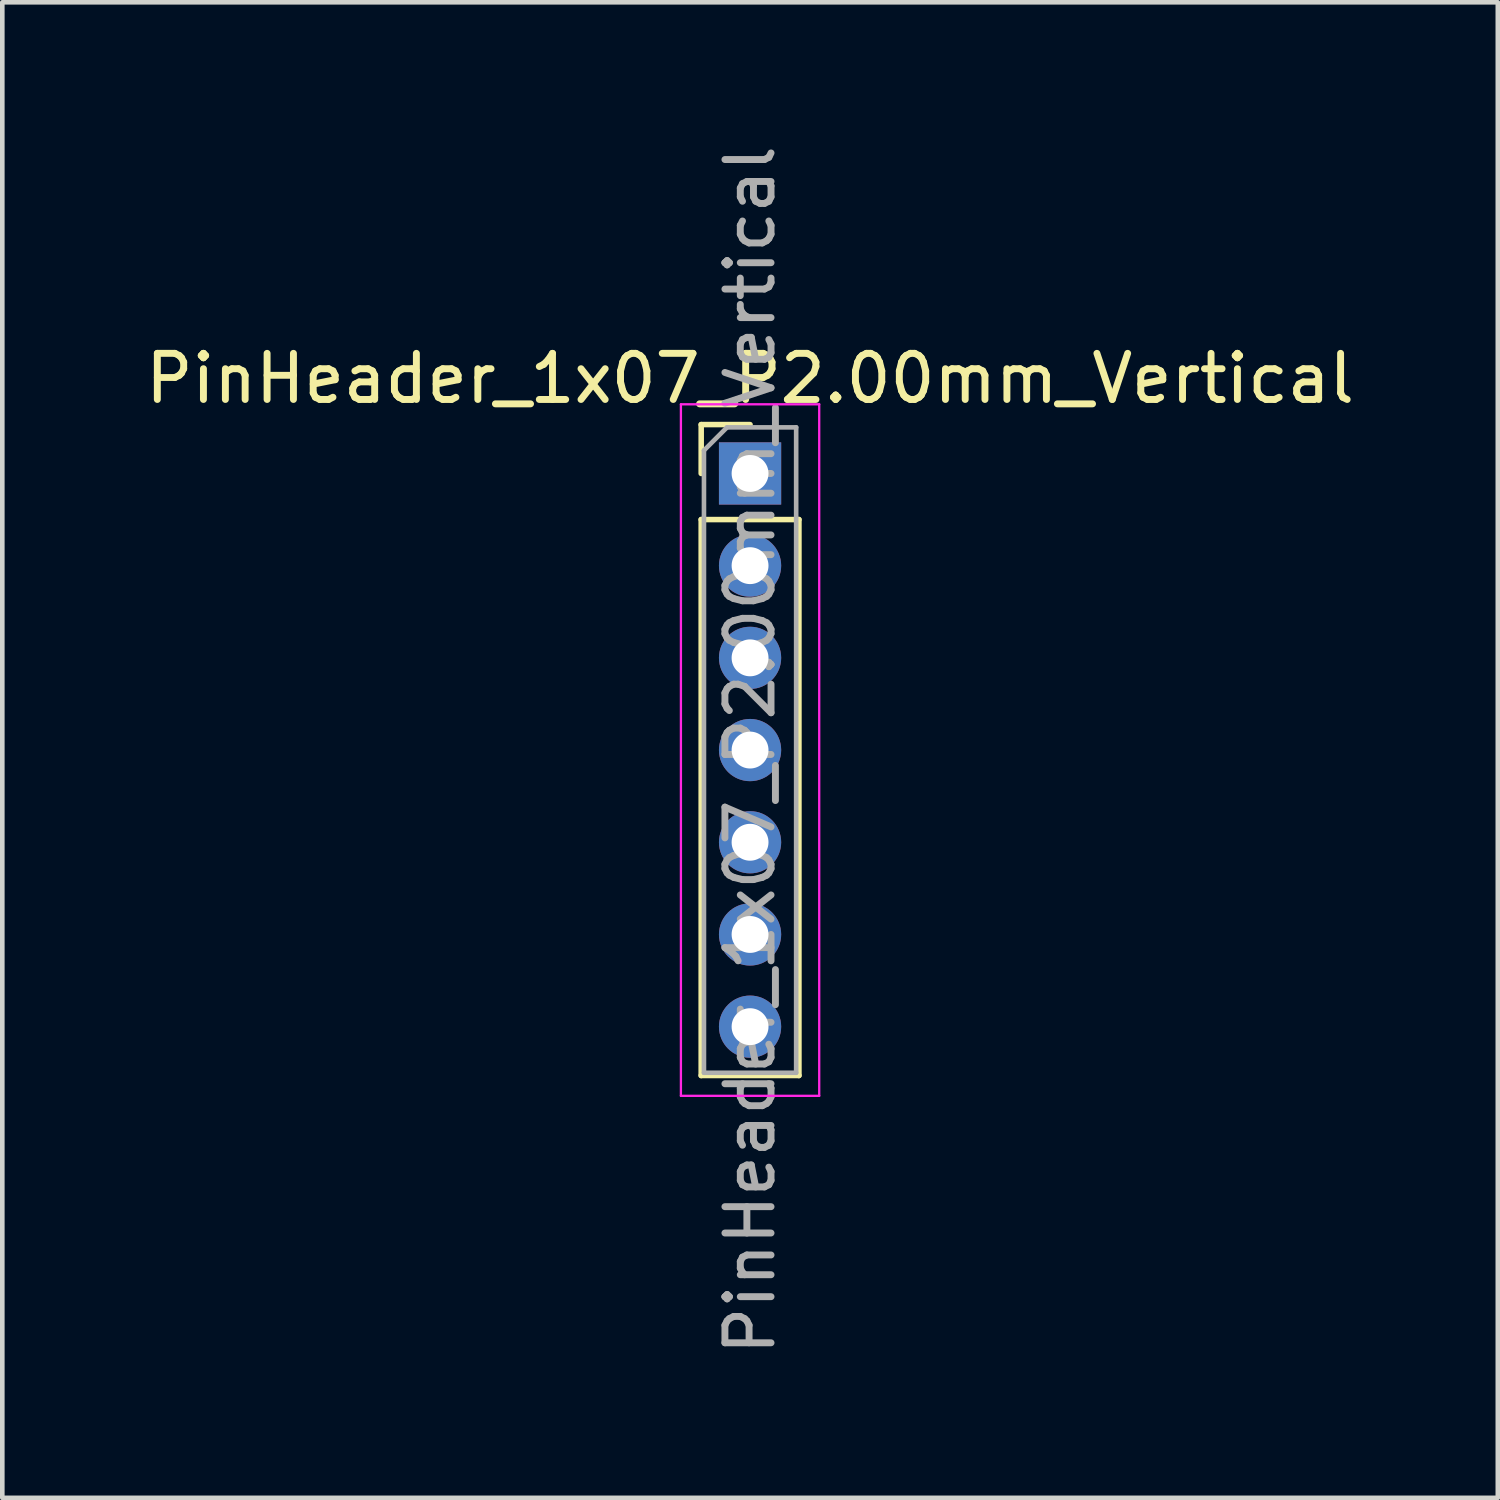
<source format=kicad_pcb>
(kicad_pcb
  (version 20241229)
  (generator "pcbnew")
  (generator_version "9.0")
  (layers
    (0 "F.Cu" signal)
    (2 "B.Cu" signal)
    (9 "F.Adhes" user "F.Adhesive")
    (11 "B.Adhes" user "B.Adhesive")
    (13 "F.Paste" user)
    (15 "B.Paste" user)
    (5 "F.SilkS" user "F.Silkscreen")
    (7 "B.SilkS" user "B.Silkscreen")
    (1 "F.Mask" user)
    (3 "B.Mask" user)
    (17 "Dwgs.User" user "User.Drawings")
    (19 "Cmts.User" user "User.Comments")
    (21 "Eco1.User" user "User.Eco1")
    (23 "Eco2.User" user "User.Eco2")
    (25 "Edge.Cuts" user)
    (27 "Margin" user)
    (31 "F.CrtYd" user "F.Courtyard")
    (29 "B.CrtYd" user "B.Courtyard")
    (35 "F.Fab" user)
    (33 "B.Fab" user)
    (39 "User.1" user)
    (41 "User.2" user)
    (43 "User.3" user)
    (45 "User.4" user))
  (footprint "PinHeader_1x07_P2.00mm_Vertical"
    (layer "F.Cu")
    (at 13.22 7.22)
    (property "Reference" "PinHeader_1x07_P2.00mm_Vertical" (at 0 -2.06 0) (layer "F.SilkS") (effects (font (size 1 1) (thickness 0.15))))
    (attr through_hole)
    (fp_line (start -1.06 -1.06) (end 0 -1.06) (stroke (width 0.12) (type solid)) (layer "F.SilkS"))
    (fp_line (start -1.06 0) (end -1.06 -1.06) (stroke (width 0.12) (type solid)) (layer "F.SilkS"))
    (fp_line (start -1.06 1) (end -1.06 13.06) (stroke (width 0.12) (type solid)) (layer "F.SilkS"))
    (fp_line (start -1.06 1) (end 1.06 1) (stroke (width 0.12) (type solid)) (layer "F.SilkS"))
    (fp_line (start -1.06 13.06) (end 1.06 13.06) (stroke (width 0.12) (type solid)) (layer "F.SilkS"))
    (fp_line (start 1.06 1) (end 1.06 13.06) (stroke (width 0.12) (type solid)) (layer "F.SilkS"))
    (fp_line (start -1.5 -1.5) (end -1.5 13.5) (stroke (width 0.05) (type solid)) (layer "F.CrtYd"))
    (fp_line (start -1.5 13.5) (end 1.5 13.5) (stroke (width 0.05) (type solid)) (layer "F.CrtYd"))
    (fp_line (start 1.5 -1.5) (end -1.5 -1.5) (stroke (width 0.05) (type solid)) (layer "F.CrtYd"))
    (fp_line (start 1.5 13.5) (end 1.5 -1.5) (stroke (width 0.05) (type solid)) (layer "F.CrtYd"))
    (fp_line (start -1 -0.5) (end -0.5 -1) (stroke (width 0.1) (type solid)) (layer "F.Fab"))
    (fp_line (start -1 13) (end -1 -0.5) (stroke (width 0.1) (type solid)) (layer "F.Fab"))
    (fp_line (start -0.5 -1) (end 1 -1) (stroke (width 0.1) (type solid)) (layer "F.Fab"))
    (fp_line (start 1 -1) (end 1 13) (stroke (width 0.1) (type solid)) (layer "F.Fab"))
    (fp_line (start 1 13) (end -1 13) (stroke (width 0.1) (type solid)) (layer "F.Fab"))
    (fp_text user "${REFERENCE}" (at 0 6 90) (layer "F.Fab") (effects (font (size 1 1) (thickness 0.15))))
    (pad "1" thru_hole rect (at 0 0) (size 1.35 1.35) (drill 0.8) (layers "*.Cu" "*.Mask"))
    (pad "2" thru_hole oval (at 0 2) (size 1.35 1.35) (drill 0.8) (layers "*.Cu" "*.Mask"))
    (pad "3" thru_hole oval (at 0 4) (size 1.35 1.35) (drill 0.8) (layers "*.Cu" "*.Mask"))
    (pad "4" thru_hole oval (at 0 6) (size 1.35 1.35) (drill 0.8) (layers "*.Cu" "*.Mask"))
    (pad "5" thru_hole oval (at 0 8) (size 1.35 1.35) (drill 0.8) (layers "*.Cu" "*.Mask"))
    (pad "6" thru_hole oval (at 0 10) (size 1.35 1.35) (drill 0.8) (layers "*.Cu" "*.Mask"))
    (pad "7" thru_hole oval (at 0 12) (size 1.35 1.35) (drill 0.8) (layers "*.Cu" "*.Mask")))
  (gr_rect
    (start -3 -3)
    (end 29.44 29.44)
    (stroke (width 0.1) (type default))
    (fill no)
    (layer "Edge.Cuts")))
</source>
